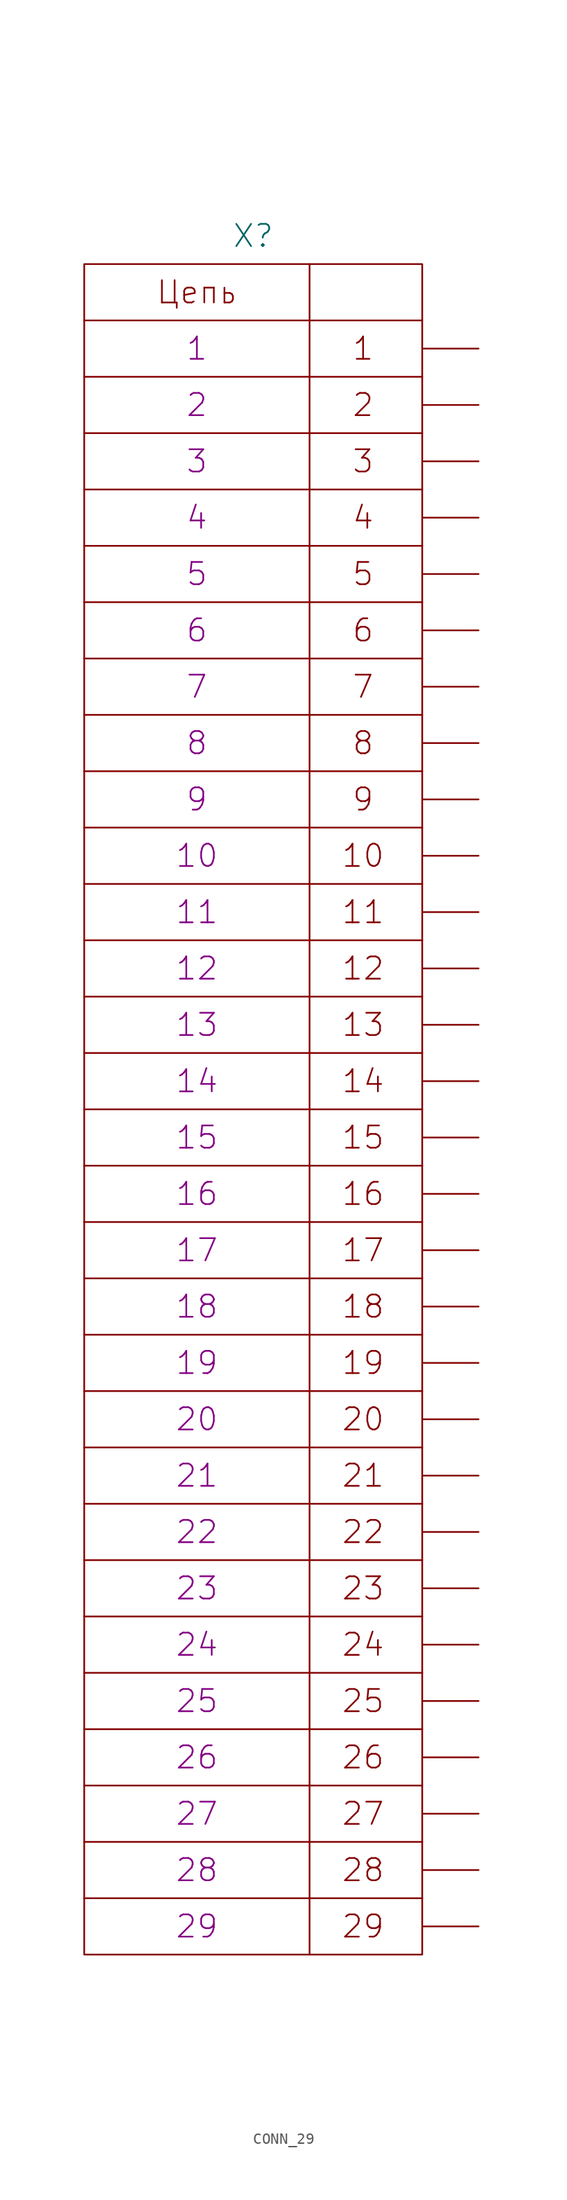
<source format=kicad_sym>
(kicad_symbol_lib
  (version 20231120)
  (generator "kicad_symbol_editor")
  (generator_version "8.0")
  (symbol "CONN_29"
    (pin_numbers hide)
    (pin_names
      (offset 0) hide)
    (property "Reference" "X"
      (at 0 78.74 0)
      (effects (font (size 2.007 2.007))))
    (property "PIN1" "1"
      (at -5.08 68.58 0)
      (effects (font (size 2.007 2.007))))
    (property "PIN2" "2"
      (at -5.08 63.5 0)
      (effects (font (size 2.007 2.007))))
    (property "PIN3" "3"
      (at -5.08 58.42 0)
      (effects (font (size 2.007 2.007))))
    (property "PIN4" "4"
      (at -5.08 53.34 0)
      (effects (font (size 2.007 2.007))))
    (property "PIN5" "5"
      (at -5.08 48.26 0)
      (effects (font (size 2.007 2.007))))
    (property "PIN6" "6"
      (at -5.08 43.18 0)
      (effects (font (size 2.007 2.007))))
    (property "PIN7" "7"
      (at -5.08 38.1 0)
      (effects (font (size 2.007 2.007))))
    (property "PIN8" "8"
      (at -5.08 33.02 0)
      (effects (font (size 2.007 2.007))))
    (property "PIN9" "9"
      (at -5.08 27.94 0)
      (effects (font (size 2.007 2.007))))
    (property "PIN10" "10"
      (at -5.08 22.86 0)
      (effects (font (size 2.007 2.007))))
    (property "PIN11" "11"
      (at -5.08 17.78 0)
      (effects (font (size 2.007 2.007))))
    (property "PIN12" "12"
      (at -5.08 12.7 0)
      (effects (font (size 2.007 2.007))))
    (property "PIN13" "13"
      (at -5.08 7.62 0)
      (effects (font (size 2.007 2.007))))
    (property "PIN14" "14"
      (at -5.08 2.54 0)
      (effects (font (size 2.007 2.007))))
    (property "PIN15" "15"
      (at -5.08 -2.54 0)
      (effects (font (size 2.007 2.007))))
    (property "PIN16" "16"
      (at -5.08 -7.62 0)
      (effects (font (size 2.007 2.007))))
    (property "PIN17" "17"
      (at -5.08 -12.7 0)
      (effects (font (size 2.007 2.007))))
    (property "PIN18" "18"
      (at -5.08 -17.78 0)
      (effects (font (size 2.007 2.007))))
    (property "PIN19" "19"
      (at -5.08 -22.86 0)
      (effects (font (size 2.007 2.007))))
    (property "PIN20" "20"
      (at -5.08 -27.94 0)
      (effects (font (size 2.007 2.007))))
    (property "PIN21" "21"
      (at -5.08 -33.02 0)
      (effects (font (size 2.007 2.007))))
    (property "PIN22" "22"
      (at -5.08 -38.1 0)
      (effects (font (size 2.007 2.007))))
    (property "PIN23" "23"
      (at -5.08 -43.18 0)
      (effects (font (size 2.007 2.007))))
    (property "PIN24" "24"
      (at -5.08 -48.26 0)
      (effects (font (size 2.007 2.007))))
    (property "PIN25" "25"
      (at -5.08 -53.34 0)
      (effects (font (size 2.007 2.007))))
    (property "PIN26" "26"
      (at -5.08 -58.42 0)
      (effects (font (size 2.007 2.007))))
    (property "PIN27" "27"
      (at -5.08 -63.5 0)
      (effects (font (size 2.007 2.007))))
    (property "PIN28" "28"
      (at -5.08 -68.58 0)
      (effects (font (size 2.007 2.007))))
    (property "PIN29" "29"
      (at -5.08 -73.66 0)
      (effects (font (size 2.007 2.007))))
    (symbol "CONN_29_0_0"
      (polyline (pts (xy -15.24 -71.12) (xy 15.24 -71.12)) (stroke (width 0) (type solid)) (fill (type none)))
      (polyline (pts (xy -15.24 -66.04) (xy 15.24 -66.04)) (stroke (width 0) (type solid)) (fill (type none)))
      (polyline (pts (xy -15.24 -60.96) (xy 15.24 -60.96)) (stroke (width 0) (type solid)) (fill (type none)))
      (polyline (pts (xy -15.24 -55.88) (xy 15.24 -55.88)) (stroke (width 0) (type solid)) (fill (type none)))
      (polyline (pts (xy -15.24 -50.8) (xy 15.24 -50.8)) (stroke (width 0) (type solid)) (fill (type none)))
      (polyline (pts (xy -15.24 -45.72) (xy 15.24 -45.72)) (stroke (width 0) (type solid)) (fill (type none)))
      (polyline (pts (xy -15.24 -40.64) (xy 15.24 -40.64)) (stroke (width 0) (type solid)) (fill (type none)))
      (polyline (pts (xy -15.24 -35.56) (xy 15.24 -35.56)) (stroke (width 0) (type solid)) (fill (type none)))
      (polyline (pts (xy -15.24 -30.48) (xy 15.24 -30.48)) (stroke (width 0) (type solid)) (fill (type none)))
      (polyline (pts (xy -15.24 -25.4) (xy 15.24 -25.4)) (stroke (width 0) (type solid)) (fill (type none)))
      (polyline (pts (xy -15.24 -20.32) (xy 15.24 -20.32)) (stroke (width 0) (type solid)) (fill (type none)))
      (polyline (pts (xy -15.24 -15.24) (xy 15.24 -15.24)) (stroke (width 0) (type solid)) (fill (type none)))
      (polyline (pts (xy -15.24 -10.16) (xy 15.24 -10.16)) (stroke (width 0) (type solid)) (fill (type none)))
      (polyline (pts (xy -15.24 -5.08) (xy 15.24 -5.08)) (stroke (width 0) (type solid)) (fill (type none)))
      (polyline (pts (xy -15.24 0) (xy 15.24 0)) (stroke (width 0) (type solid)) (fill (type none)))
      (polyline (pts (xy -15.24 5.08) (xy 15.24 5.08)) (stroke (width 0) (type solid)) (fill (type none)))
      (polyline (pts (xy -15.24 10.16) (xy 15.24 10.16)) (stroke (width 0) (type solid)) (fill (type none)))
      (polyline (pts (xy -15.24 15.24) (xy 15.24 15.24)) (stroke (width 0) (type solid)) (fill (type none)))
      (polyline (pts (xy -15.24 20.32) (xy 15.24 20.32)) (stroke (width 0) (type solid)) (fill (type none)))
      (polyline (pts (xy -15.24 25.4) (xy 15.24 25.4)) (stroke (width 0) (type solid)) (fill (type none)))
      (polyline (pts (xy -15.24 30.48) (xy 15.24 30.48)) (stroke (width 0) (type solid)) (fill (type none)))
      (polyline (pts (xy -15.24 35.56) (xy 15.24 35.56)) (stroke (width 0) (type solid)) (fill (type none)))
      (polyline (pts (xy -15.24 40.64) (xy 15.24 40.64)) (stroke (width 0) (type solid)) (fill (type none)))
      (polyline (pts (xy -15.24 45.72) (xy 15.24 45.72)) (stroke (width 0) (type solid)) (fill (type none)))
      (polyline (pts (xy -15.24 50.8) (xy 15.24 50.8)) (stroke (width 0) (type solid)) (fill (type none)))
      (polyline (pts (xy -15.24 55.88) (xy 15.24 55.88)) (stroke (width 0) (type solid)) (fill (type none)))
      (polyline (pts (xy -15.24 60.96) (xy 15.24 60.96)) (stroke (width 0) (type solid)) (fill (type none)))
      (polyline (pts (xy -15.24 66.04) (xy 15.24 66.04)) (stroke (width 0) (type solid)) (fill (type none)))
      (polyline (pts (xy -15.24 71.12) (xy 15.24 71.12)) (stroke (width 0) (type solid)) (fill (type none)))
      (polyline (pts (xy 5.08 76.2) (xy 5.08 -76.2)) (stroke (width 0) (type solid)) (fill (type none)))
      (rectangle (start 15.24 76.2) (end -15.24 -76.2) (stroke (width 0) (type solid)) (fill (type none))))
    (symbol "CONN_29_1_1"
      (text "1" (at 9.906 68.58 0) (effects (font (size 2.007 2.007))))
      (text "10" (at 9.906 22.86 0) (effects (font (size 2.007 2.007))))
      (text "11" (at 9.906 17.78 0) (effects (font (size 2.007 2.007))))
      (text "12" (at 9.906 12.7 0) (effects (font (size 2.007 2.007))))
      (text "13" (at 9.906 7.62 0) (effects (font (size 2.007 2.007))))
      (text "14" (at 9.906 2.54 0) (effects (font (size 2.007 2.007))))
      (text "15" (at 9.906 -2.54 0) (effects (font (size 2.007 2.007))))
      (text "16" (at 9.906 -7.62 0) (effects (font (size 2.007 2.007))))
      (text "17" (at 9.906 -12.7 0) (effects (font (size 2.007 2.007))))
      (text "18" (at 9.906 -17.78 0) (effects (font (size 2.007 2.007))))
      (text "19" (at 9.906 -22.86 0) (effects (font (size 2.007 2.007))))
      (text "2" (at 9.906 63.5 0) (effects (font (size 2.007 2.007))))
      (text "20" (at 9.906 -27.94 0) (effects (font (size 2.007 2.007))))
      (text "21" (at 9.906 -33.02 0) (effects (font (size 2.007 2.007))))
      (text "22" (at 9.906 -38.1 0) (effects (font (size 2.007 2.007))))
      (text "23" (at 9.906 -43.18 0) (effects (font (size 2.007 2.007))))
      (text "24" (at 9.906 -48.26 0) (effects (font (size 2.007 2.007))))
      (text "25" (at 9.906 -53.34 0) (effects (font (size 2.007 2.007))))
      (text "26" (at 9.906 -58.42 0) (effects (font (size 2.007 2.007))))
      (text "27" (at 9.906 -63.5 0) (effects (font (size 2.007 2.007))))
      (text "28" (at 9.906 -68.58 0) (effects (font (size 2.007 2.007))))
      (text "29" (at 9.906 -73.66 0) (effects (font (size 2.007 2.007))))
      (text "3" (at 9.906 58.42 0) (effects (font (size 2.007 2.007))))
      (text "4" (at 9.906 53.34 0) (effects (font (size 2.007 2.007))))
      (text "5" (at 9.906 48.26 0) (effects (font (size 2.007 2.007))))
      (text "6" (at 9.906 43.18 0) (effects (font (size 2.007 2.007))))
      (text "7" (at 9.906 38.1 0) (effects (font (size 2.007 2.007))))
      (text "8" (at 9.906 33.02 0) (effects (font (size 2.007 2.007))))
      (text "9" (at 9.906 27.94 0) (effects (font (size 2.007 2.007))))
      (text "Цепь" (at -5.08 73.66 0) (effects (font (size 2.007 2.007))))
      (pin passive line (at 20.32 68.58 180) (length 5.08) (name "1" (effects (font (size 2.007 2.007)))) (number "1" (effects (font (size 2.007 2.007)))))
      (pin passive line (at 20.32 22.86 180) (length 5.08) (name "10" (effects (font (size 2.007 2.007)))) (number "10" (effects (font (size 2.007 2.007)))))
      (pin passive line (at 20.32 17.78 180) (length 5.08) (name "11" (effects (font (size 2.007 2.007)))) (number "11" (effects (font (size 2.007 2.007)))))
      (pin passive line (at 20.32 12.7 180) (length 5.08) (name "12" (effects (font (size 2.007 2.007)))) (number "12" (effects (font (size 2.007 2.007)))))
      (pin passive line (at 20.32 7.62 180) (length 5.08) (name "13" (effects (font (size 2.007 2.007)))) (number "13" (effects (font (size 2.007 2.007)))))
      (pin passive line (at 20.32 2.54 180) (length 5.08) (name "14" (effects (font (size 2.007 2.007)))) (number "14" (effects (font (size 2.007 2.007)))))
      (pin passive line (at 20.32 -2.54 180) (length 5.08) (name "15" (effects (font (size 2.007 2.007)))) (number "15" (effects (font (size 2.007 2.007)))))
      (pin passive line (at 20.32 -7.62 180) (length 5.08) (name "16" (effects (font (size 2.007 2.007)))) (number "16" (effects (font (size 2.007 2.007)))))
      (pin passive line (at 20.32 -12.7 180) (length 5.08) (name "17" (effects (font (size 2.007 2.007)))) (number "17" (effects (font (size 2.007 2.007)))))
      (pin passive line (at 20.32 -17.78 180) (length 5.08) (name "18" (effects (font (size 2.007 2.007)))) (number "18" (effects (font (size 2.007 2.007)))))
      (pin passive line (at 20.32 -22.86 180) (length 5.08) (name "19" (effects (font (size 2.007 2.007)))) (number "19" (effects (font (size 2.007 2.007)))))
      (pin passive line (at 20.32 63.5 180) (length 5.08) (name "2" (effects (font (size 2.007 2.007)))) (number "2" (effects (font (size 2.007 2.007)))))
      (pin passive line (at 20.32 -27.94 180) (length 5.08) (name "20" (effects (font (size 2.007 2.007)))) (number "20" (effects (font (size 2.007 2.007)))))
      (pin passive line (at 20.32 -33.02 180) (length 5.08) (name "21" (effects (font (size 2.007 2.007)))) (number "21" (effects (font (size 2.007 2.007)))))
      (pin passive line (at 20.32 -38.1 180) (length 5.08) (name "22" (effects (font (size 2.007 2.007)))) (number "22" (effects (font (size 2.007 2.007)))))
      (pin passive line (at 20.32 -43.18 180) (length 5.08) (name "23" (effects (font (size 2.007 2.007)))) (number "23" (effects (font (size 2.007 2.007)))))
      (pin passive line (at 20.32 -48.26 180) (length 5.08) (name "24" (effects (font (size 2.007 2.007)))) (number "24" (effects (font (size 2.007 2.007)))))
      (pin passive line (at 20.32 -53.34 180) (length 5.08) (name "25" (effects (font (size 2.007 2.007)))) (number "25" (effects (font (size 2.007 2.007)))))
      (pin passive line (at 20.32 -58.42 180) (length 5.08) (name "26" (effects (font (size 2.007 2.007)))) (number "26" (effects (font (size 2.007 2.007)))))
      (pin passive line (at 20.32 -63.5 180) (length 5.08) (name "27" (effects (font (size 2.007 2.007)))) (number "27" (effects (font (size 2.007 2.007)))))
      (pin passive line (at 20.32 -68.58 180) (length 5.08) (name "28" (effects (font (size 2.007 2.007)))) (number "28" (effects (font (size 2.007 2.007)))))
      (pin passive line (at 20.32 -73.66 180) (length 5.08) (name "29" (effects (font (size 2.007 2.007)))) (number "29" (effects (font (size 2.007 2.007)))))
      (pin passive line (at 20.32 58.42 180) (length 5.08) (name "3" (effects (font (size 2.007 2.007)))) (number "3" (effects (font (size 2.007 2.007)))))
      (pin passive line (at 20.32 53.34 180) (length 5.08) (name "4" (effects (font (size 2.007 2.007)))) (number "4" (effects (font (size 2.007 2.007)))))
      (pin passive line (at 20.32 48.26 180) (length 5.08) (name "5" (effects (font (size 2.007 2.007)))) (number "5" (effects (font (size 2.007 2.007)))))
      (pin passive line (at 20.32 43.18 180) (length 5.08) (name "6" (effects (font (size 2.007 2.007)))) (number "6" (effects (font (size 2.007 2.007)))))
      (pin passive line (at 20.32 38.1 180) (length 5.08) (name "7" (effects (font (size 2.007 2.007)))) (number "7" (effects (font (size 2.007 2.007)))))
      (pin passive line (at 20.32 33.02 180) (length 5.08) (name "8" (effects (font (size 2.007 2.007)))) (number "8" (effects (font (size 2.007 2.007)))))
      (pin passive line (at 20.32 27.94 180) (length 5.08) (name "9" (effects (font (size 2.007 2.007)))) (number "9" (effects (font (size 2.007 2.007))))))))
</source>
